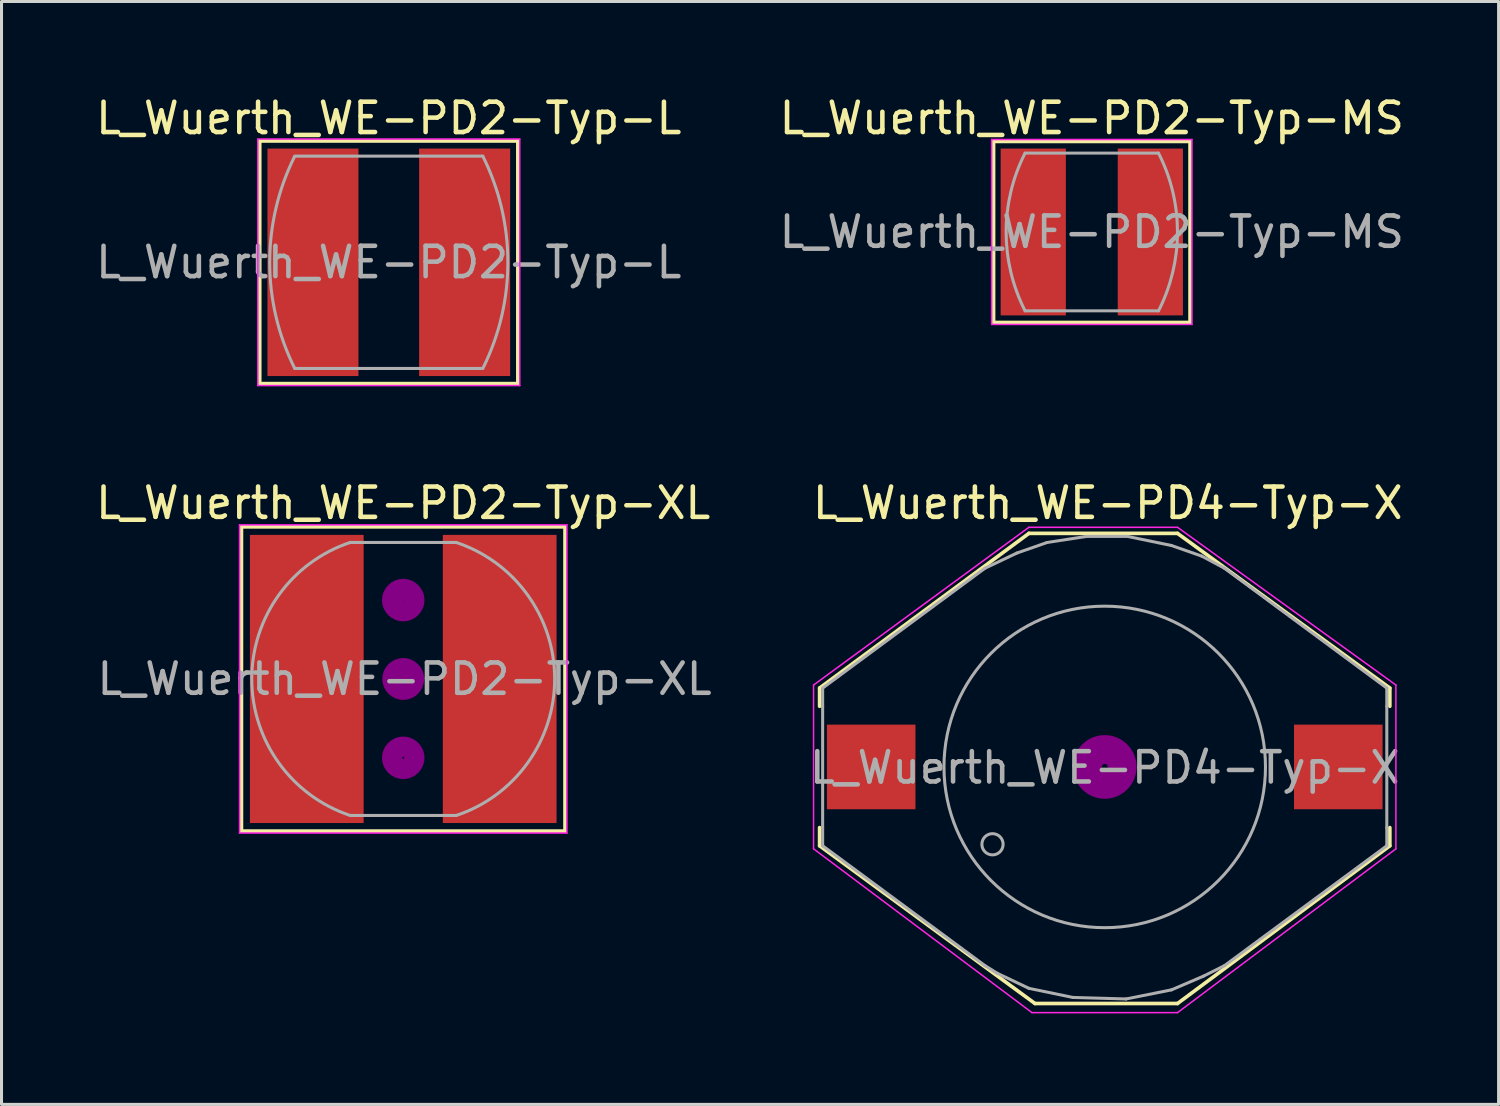
<source format=kicad_pcb>
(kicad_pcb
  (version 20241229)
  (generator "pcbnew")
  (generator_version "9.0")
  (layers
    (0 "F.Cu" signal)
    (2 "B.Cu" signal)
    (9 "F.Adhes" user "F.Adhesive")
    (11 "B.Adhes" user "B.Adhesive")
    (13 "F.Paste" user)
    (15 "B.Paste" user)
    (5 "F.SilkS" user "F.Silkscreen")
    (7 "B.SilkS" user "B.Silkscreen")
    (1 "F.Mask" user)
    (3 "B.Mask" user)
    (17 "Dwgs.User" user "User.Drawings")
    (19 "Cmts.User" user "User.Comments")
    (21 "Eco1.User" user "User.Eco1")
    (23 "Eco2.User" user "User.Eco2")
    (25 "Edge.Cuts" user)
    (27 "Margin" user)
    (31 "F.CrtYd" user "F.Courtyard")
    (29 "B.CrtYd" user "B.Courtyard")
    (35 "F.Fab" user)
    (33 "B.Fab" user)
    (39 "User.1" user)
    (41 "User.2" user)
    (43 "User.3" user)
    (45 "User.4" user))
  (footprint "L_Wuerth_WE-PD2-Typ-MS"
    (layer "F.Cu")
    (at 32.946 4.598)
    (property "Reference" "L_Wuerth_WE-PD2-Typ-MS" (at 0 -3.75 0) (layer "F.SilkS") (effects (font (size 1 1) (thickness 0.15))))
    (attr smd)
    (fp_line (start -3.239 -2.985) (end 3.239 -2.985) (stroke (width 0.12) (type solid)) (layer "F.SilkS"))
    (fp_line (start -3.239 2.985) (end -3.239 -2.985) (stroke (width 0.12) (type solid)) (layer "F.SilkS"))
    (fp_line (start 3.239 -2.985) (end 3.239 2.985) (stroke (width 0.12) (type solid)) (layer "F.SilkS"))
    (fp_line (start 3.239 2.985) (end -3.239 2.985) (stroke (width 0.12) (type solid)) (layer "F.SilkS"))
    (fp_line (start -3.302 -3.048) (end 3.302 -3.048) (stroke (width 0.05) (type solid)) (layer "F.CrtYd"))
    (fp_line (start -3.302 3.048) (end -3.302 -3.048) (stroke (width 0.05) (type solid)) (layer "F.CrtYd"))
    (fp_line (start 3.302 -3.048) (end 3.302 3.048) (stroke (width 0.05) (type solid)) (layer "F.CrtYd"))
    (fp_line (start 3.302 3.048) (end -3.302 3.048) (stroke (width 0.05) (type solid)) (layer "F.CrtYd"))
    (fp_line (start -2.2 -2.6) (end 2.2 -2.6) (stroke (width 0.1) (type solid)) (layer "F.Fab"))
    (fp_line (start 2.2 2.6) (end -2.2 2.6) (stroke (width 0.1) (type solid)) (layer "F.Fab"))
    (fp_arc (start -2.2 2.6) (mid -2.824509 0.001265) (end -2.201149 -2.597745) (stroke (width 0.1) (type solid)) (layer "F.Fab"))
    (fp_arc (start 2.2 -2.6) (mid 2.824509 -0.001265) (end 2.201149 2.597745) (stroke (width 0.1) (type solid)) (layer "F.Fab"))
    (fp_text user "${REFERENCE}" (at 0 0 0) (layer "F.Fab") (effects (font (size 1 1) (thickness 0.15))))
    (pad "1" smd rect (at -1.93 0) (size 2.15 5.5) (layers "F.Cu" "F.Mask" "F.Paste"))
    (pad "2" smd rect (at 1.93 0) (size 2.15 5.5) (layers "F.Cu" "F.Mask" "F.Paste")))
  (footprint "L_Wuerth_WE-PD2-Typ-XL"
    (layer "F.Cu")
    (at 10.244 19.335)
    (property "Reference" "L_Wuerth_WE-PD2-Typ-XL" (at 0 -5.8 0) (layer "F.SilkS") (effects (font (size 1 1) (thickness 0.15))))
    (attr smd)
    (fp_line (start -5.334 -5.016) (end 5.334 -5.016) (stroke (width 0.12) (type solid)) (layer "F.SilkS"))
    (fp_line (start -5.334 5.016) (end -5.334 -5.016) (stroke (width 0.12) (type solid)) (layer "F.SilkS"))
    (fp_line (start 5.334 -5.016) (end 5.334 5.016) (stroke (width 0.12) (type solid)) (layer "F.SilkS"))
    (fp_line (start 5.334 5.016) (end -5.334 5.016) (stroke (width 0.12) (type solid)) (layer "F.SilkS"))
    (fp_circle (center 0 -2.6) (end 0.2 -2.6) (stroke (width 0.38) (type solid)) (fill no) (layer "F.Adhes"))
    (fp_circle (center 0 -2.6) (end 0.5 -2.5) (stroke (width 0.38) (type solid)) (fill no) (layer "F.Adhes"))
    (fp_circle (center 0 0) (end 0.2 0) (stroke (width 0.38) (type solid)) (fill no) (layer "F.Adhes"))
    (fp_circle (center 0 0) (end 0.5 0) (stroke (width 0.38) (type solid)) (fill no) (layer "F.Adhes"))
    (fp_circle (center 0 2.6) (end 0.1 2.8) (stroke (width 0.38) (type solid)) (fill no) (layer "F.Adhes"))
    (fp_circle (center 0 2.6) (end 0.5 2.7) (stroke (width 0.38) (type solid)) (fill no) (layer "F.Adhes"))
    (fp_line (start -5.397 -5.08) (end -5.397 5.08) (stroke (width 0.05) (type solid)) (layer "F.CrtYd"))
    (fp_line (start -5.397 5.08) (end 5.397 5.08) (stroke (width 0.05) (type solid)) (layer "F.CrtYd"))
    (fp_line (start 5.397 -5.08) (end -5.397 -5.08) (stroke (width 0.05) (type solid)) (layer "F.CrtYd"))
    (fp_line (start 5.397 5.08) (end 5.397 -5.08) (stroke (width 0.05) (type solid)) (layer "F.CrtYd"))
    (fp_line (start -1.75 4.5) (end 1.75 4.5) (stroke (width 0.1) (type solid)) (layer "F.Fab"))
    (fp_line (start 1.75 -4.5) (end -1.75 -4.5) (stroke (width 0.1) (type solid)) (layer "F.Fab"))
    (fp_arc (start -1.760214 4.496582) (mid -4.993413 -0.005385) (end -1.75 -4.5) (stroke (width 0.1) (type solid)) (layer "F.Fab"))
    (fp_arc (start 1.760214 -4.496582) (mid 4.993413 0.005385) (end 1.75 4.5) (stroke (width 0.1) (type solid)) (layer "F.Fab"))
    (fp_text user "${REFERENCE}" (at 0.045 0 0) (layer "F.Fab") (effects (font (size 1 1) (thickness 0.15))))
    (pad "1" smd rect (at -3.18 0) (size 3.75 9.5) (layers "F.Cu" "F.Mask" "F.Paste"))
    (pad "2" smd rect (at 3.18 0) (size 3.75 9.5) (layers "F.Cu" "F.Mask" "F.Paste")))
  (footprint "L_Wuerth_WE-PD4-Typ-X"
    (layer "F.Cu")
    (at 33.372 22.235)
    (property "Reference" "L_Wuerth_WE-PD4-Typ-X" (at 0.1 -8.7 0) (layer "F.SilkS") (effects (font (size 1 1) (thickness 0.15))))
    (attr smd)
    (fp_line (start -9.4 -2.6) (end -2.5 -7.7) (stroke (width 0.12) (type solid)) (layer "F.SilkS"))
    (fp_line (start -9.4 -2) (end -9.4 -2.6) (stroke (width 0.12) (type solid)) (layer "F.SilkS"))
    (fp_line (start -9.4 2.6) (end -9.4 2) (stroke (width 0.12) (type solid)) (layer "F.SilkS"))
    (fp_line (start -9.4 2.6) (end -2.3 7.8) (stroke (width 0.12) (type solid)) (layer "F.SilkS"))
    (fp_line (start -2.5 -7.7) (end 2.4 -7.7) (stroke (width 0.12) (type solid)) (layer "F.SilkS"))
    (fp_line (start -2.3 7.8) (end 2.4 7.8) (stroke (width 0.12) (type solid)) (layer "F.SilkS"))
    (fp_line (start 2.4 -7.7) (end 9.4 -2.6) (stroke (width 0.12) (type solid)) (layer "F.SilkS"))
    (fp_line (start 2.4 7.8) (end 9.4 2.6) (stroke (width 0.12) (type solid)) (layer "F.SilkS"))
    (fp_line (start 9.4 -2) (end 9.4 -2.6) (stroke (width 0.12) (type solid)) (layer "F.SilkS"))
    (fp_line (start 9.4 2.6) (end 9.4 2) (stroke (width 0.12) (type solid)) (layer "F.SilkS"))
    (fp_circle (center 0 0) (end 0.1 0) (stroke (width 0.3) (type solid)) (fill no) (layer "F.Adhes"))
    (fp_circle (center 0 0) (end 0.3 0) (stroke (width 0.3) (type solid)) (fill no) (layer "F.Adhes"))
    (fp_circle (center 0 0) (end 0.5 0) (stroke (width 0.3) (type solid)) (fill no) (layer "F.Adhes"))
    (fp_circle (center 0 0) (end 0.7 0) (stroke (width 0.3) (type solid)) (fill no) (layer "F.Adhes"))
    (fp_circle (center 0 0) (end 0.9 0) (stroke (width 0.3) (type solid)) (fill no) (layer "F.Adhes"))
    (fp_line (start -9.6 -2.7) (end -2.5 -7.9) (stroke (width 0.05) (type solid)) (layer "F.CrtYd"))
    (fp_line (start -9.6 2.7) (end -9.6 -2.7) (stroke (width 0.05) (type solid)) (layer "F.CrtYd"))
    (fp_line (start -2.5 -7.9) (end 2.4 -7.9) (stroke (width 0.05) (type solid)) (layer "F.CrtYd"))
    (fp_line (start -2.4 8.1) (end -9.6 2.7) (stroke (width 0.05) (type solid)) (layer "F.CrtYd"))
    (fp_line (start 2.4 -7.9) (end 9.6 -2.7) (stroke (width 0.05) (type solid)) (layer "F.CrtYd"))
    (fp_line (start 2.4 8.1) (end -2.4 8.1) (stroke (width 0.05) (type solid)) (layer "F.CrtYd"))
    (fp_line (start 9.6 -2.7) (end 9.6 2.7) (stroke (width 0.05) (type solid)) (layer "F.CrtYd"))
    (fp_line (start 9.6 2.7) (end 2.4 8.1) (stroke (width 0.05) (type solid)) (layer "F.CrtYd"))
    (fp_line (start -9.3 -2.6) (end -9.3 -2) (stroke (width 0.1) (type solid)) (layer "F.Fab"))
    (fp_line (start -9.3 -2.6) (end -3.95 -6.55) (stroke (width 0.1) (type solid)) (layer "F.Fab"))
    (fp_line (start -9.3 2) (end -9.3 -2) (stroke (width 0.1) (type solid)) (layer "F.Fab"))
    (fp_line (start -9.3 2) (end -9.3 2.6) (stroke (width 0.1) (type solid)) (layer "F.Fab"))
    (fp_line (start -9.3 2.6) (end -3.95 6.55) (stroke (width 0.1) (type solid)) (layer "F.Fab"))
    (fp_line (start -3.95 -6.55) (end -2.9 -7.05) (stroke (width 0.1) (type solid)) (layer "F.Fab"))
    (fp_line (start -3.55 6.8) (end -3.95 6.55) (stroke (width 0.1) (type solid)) (layer "F.Fab"))
    (fp_line (start -2.9 -7.05) (end -1.9 -7.4) (stroke (width 0.1) (type solid)) (layer "F.Fab"))
    (fp_line (start -2.5 7.3) (end -3.55 6.8) (stroke (width 0.1) (type solid)) (layer "F.Fab"))
    (fp_line (start -1.9 -7.4) (end -0.6 -7.6) (stroke (width 0.1) (type solid)) (layer "F.Fab"))
    (fp_line (start -1.05 7.6) (end -2.5 7.3) (stroke (width 0.1) (type solid)) (layer "F.Fab"))
    (fp_line (start -0.6 -7.6) (end 0.75 -7.6) (stroke (width 0.1) (type solid)) (layer "F.Fab"))
    (fp_line (start 0.7 7.65) (end -1.05 7.6) (stroke (width 0.1) (type solid)) (layer "F.Fab"))
    (fp_line (start 0.75 -7.6) (end 2.2 -7.3) (stroke (width 0.1) (type solid)) (layer "F.Fab"))
    (fp_line (start 2.2 -7.3) (end 3.2 -6.95) (stroke (width 0.1) (type solid)) (layer "F.Fab"))
    (fp_line (start 2.2 7.35) (end 0.7 7.65) (stroke (width 0.1) (type solid)) (layer "F.Fab"))
    (fp_line (start 3.2 -6.95) (end 3.95 -6.55) (stroke (width 0.1) (type solid)) (layer "F.Fab"))
    (fp_line (start 3.25 6.9) (end 2.2 7.35) (stroke (width 0.1) (type solid)) (layer "F.Fab"))
    (fp_line (start 3.95 -6.55) (end 9.3 -2.6) (stroke (width 0.1) (type solid)) (layer "F.Fab"))
    (fp_line (start 3.95 6.55) (end 3.25 6.9) (stroke (width 0.1) (type solid)) (layer "F.Fab"))
    (fp_line (start 9.3 -2) (end 9.3 -2.6) (stroke (width 0.1) (type solid)) (layer "F.Fab"))
    (fp_line (start 9.3 -2) (end 9.3 2) (stroke (width 0.1) (type solid)) (layer "F.Fab"))
    (fp_line (start 9.3 2) (end 9.3 2.6) (stroke (width 0.1) (type solid)) (layer "F.Fab"))
    (fp_line (start 9.3 2.6) (end 3.95 6.55) (stroke (width 0.1) (type solid)) (layer "F.Fab"))
    (fp_circle (center -3.7 2.55) (end -3.7 2.2) (stroke (width 0.1) (type solid)) (fill no) (layer "F.Fab"))
    (fp_circle (center 0 0) (end 0 -5.3) (stroke (width 0.1) (type solid)) (fill no) (layer "F.Fab"))
    (fp_text user "${REFERENCE}" (at 0 0.025 0) (layer "F.Fab") (effects (font (size 1 1) (thickness 0.15))))
    (pad "1" smd rect (at -7.7 0 90) (size 2.79 2.92) (layers "F.Cu" "F.Mask" "F.Paste"))
    (pad "2" smd rect (at 7.7 0 90) (size 2.79 2.92) (layers "F.Cu" "F.Mask" "F.Paste")))
  (footprint "L_Wuerth_WE-PD2-Typ-L"
    (layer "F.Cu")
    (at 9.768 5.598)
    (property "Reference" "L_Wuerth_WE-PD2-Typ-L" (at 0 -4.75 0) (layer "F.SilkS") (effects (font (size 1 1) (thickness 0.15))))
    (attr smd)
    (fp_line (start -4.255 -4) (end 4.255 -4) (stroke (width 0.12) (type solid)) (layer "F.SilkS"))
    (fp_line (start -4.255 4) (end -4.255 -4) (stroke (width 0.12) (type solid)) (layer "F.SilkS"))
    (fp_line (start 4.255 -4) (end 4.255 4) (stroke (width 0.12) (type solid)) (layer "F.SilkS"))
    (fp_line (start 4.255 4) (end -4.255 4) (stroke (width 0.12) (type solid)) (layer "F.SilkS"))
    (fp_line (start -4.318 -4.064) (end 4.318 -4.064) (stroke (width 0.05) (type solid)) (layer "F.CrtYd"))
    (fp_line (start -4.318 4.064) (end -4.318 -4.064) (stroke (width 0.05) (type solid)) (layer "F.CrtYd"))
    (fp_line (start 4.318 -4.064) (end 4.318 4.064) (stroke (width 0.05) (type solid)) (layer "F.CrtYd"))
    (fp_line (start 4.318 4.064) (end -4.318 4.064) (stroke (width 0.05) (type solid)) (layer "F.CrtYd"))
    (fp_line (start -3.1 3.5) (end 3.1 3.5) (stroke (width 0.1) (type solid)) (layer "F.Fab"))
    (fp_line (start 3.1 -3.5) (end -3.1 -3.5) (stroke (width 0.1) (type solid)) (layer "F.Fab"))
    (fp_arc (start -3.1 3.5) (mid -3.926233 0.008885) (end -3.107929 -3.484096) (stroke (width 0.1) (type solid)) (layer "F.Fab"))
    (fp_arc (start 3.1 -3.5) (mid 3.926233 -0.008885) (end 3.107929 3.484096) (stroke (width 0.1) (type solid)) (layer "F.Fab"))
    (fp_text user "${REFERENCE}" (at 0 0 0) (layer "F.Fab") (effects (font (size 1 1) (thickness 0.15))))
    (pad "1" smd rect (at -2.5 0) (size 3 7.5) (layers "F.Cu" "F.Mask" "F.Paste"))
    (pad "2" smd rect (at 2.5 0) (size 3 7.5) (layers "F.Cu" "F.Mask" "F.Paste")))
  (gr_rect
    (start -3 -3)
    (end 46.357 33.361)
    (stroke (width 0.1) (type default))
    (fill no)
    (layer "Edge.Cuts")))
</source>
